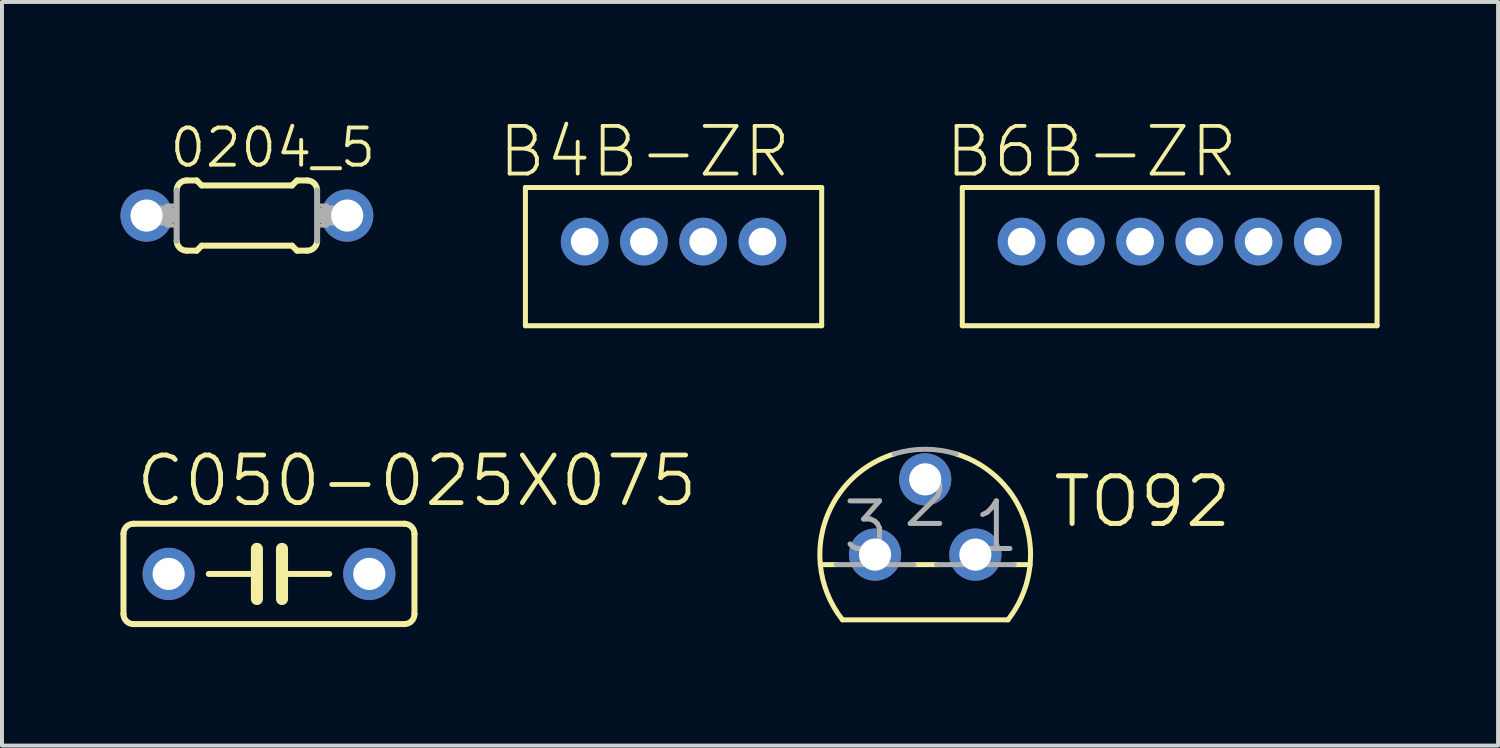
<source format=kicad_pcb>
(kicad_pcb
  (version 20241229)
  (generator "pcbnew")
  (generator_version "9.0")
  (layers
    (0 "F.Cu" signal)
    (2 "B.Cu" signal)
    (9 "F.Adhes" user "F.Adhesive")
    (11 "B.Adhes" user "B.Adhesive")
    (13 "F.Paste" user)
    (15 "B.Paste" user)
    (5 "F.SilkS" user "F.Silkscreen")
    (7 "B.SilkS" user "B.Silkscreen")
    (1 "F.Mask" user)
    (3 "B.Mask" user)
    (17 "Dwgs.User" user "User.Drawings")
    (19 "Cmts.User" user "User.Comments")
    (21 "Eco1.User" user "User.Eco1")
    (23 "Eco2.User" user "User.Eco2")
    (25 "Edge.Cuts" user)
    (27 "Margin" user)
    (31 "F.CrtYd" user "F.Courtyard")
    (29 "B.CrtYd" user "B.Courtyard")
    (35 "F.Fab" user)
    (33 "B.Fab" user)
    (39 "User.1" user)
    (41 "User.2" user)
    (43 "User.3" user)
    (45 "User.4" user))
  (footprint "B6B-ZR"
    (layer "F.Cu")
    (at 21.311 1.766)
    (property "Reference" "B6B-ZR" (at -0.496 -0.27 180) (layer "F.SilkS") (effects (font (size 1.206 1.206) (thickness 0.097)) (justify left bottom)))
    (attr through_hole)
    (fp_line (start 0 -0.07) (end 10.5 -0.07) (stroke (width 0.127) (type solid)) (layer "F.SilkS"))
    (fp_line (start 0 3.43) (end 0 -0.07) (stroke (width 0.127) (type solid)) (layer "F.SilkS"))
    (fp_line (start 10.5 -0.07) (end 10.5 3.43) (stroke (width 0.127) (type solid)) (layer "F.SilkS"))
    (fp_line (start 10.5 3.43) (end 0 3.43) (stroke (width 0.127) (type solid)) (layer "F.SilkS"))
    (pad "1" thru_hole circle (at 9 1.3) (size 1.208 1.208) (drill 0.7) (layers "*.Cu" "*.Mask"))
    (pad "2" thru_hole circle (at 7.5 1.3) (size 1.208 1.208) (drill 0.7) (layers "*.Cu" "*.Mask"))
    (pad "3" thru_hole circle (at 6 1.3) (size 1.208 1.208) (drill 0.7) (layers "*.Cu" "*.Mask"))
    (pad "4" thru_hole circle (at 4.5 1.3) (size 1.208 1.208) (drill 0.7) (layers "*.Cu" "*.Mask"))
    (pad "5" thru_hole circle (at 3 1.3) (size 1.208 1.208) (drill 0.7) (layers "*.Cu" "*.Mask"))
    (pad "6" thru_hole circle (at 1.5 1.3) (size 1.208 1.208) (drill 0.7) (layers "*.Cu" "*.Mask")))
  (footprint "B4B-ZR"
    (layer "F.Cu")
    (at 10.251 1.766)
    (property "Reference" "B4B-ZR" (at -0.75 -0.27 180) (layer "F.SilkS") (effects (font (size 1.206 1.206) (thickness 0.097)) (justify left bottom)))
    (attr through_hole)
    (fp_line (start 0 -0.07) (end 7.5 -0.07) (stroke (width 0.127) (type solid)) (layer "F.SilkS"))
    (fp_line (start 0 3.43) (end 0 -0.07) (stroke (width 0.127) (type solid)) (layer "F.SilkS"))
    (fp_line (start 7.5 -0.07) (end 7.5 3.43) (stroke (width 0.127) (type solid)) (layer "F.SilkS"))
    (fp_line (start 7.5 3.43) (end 0 3.43) (stroke (width 0.127) (type solid)) (layer "F.SilkS"))
    (pad "1" thru_hole circle (at 6 1.3) (size 1.208 1.208) (drill 0.7) (layers "*.Cu" "*.Mask"))
    (pad "2" thru_hole circle (at 4.5 1.3) (size 1.208 1.208) (drill 0.7) (layers "*.Cu" "*.Mask"))
    (pad "3" thru_hole circle (at 3 1.3) (size 1.208 1.208) (drill 0.7) (layers "*.Cu" "*.Mask"))
    (pad "4" thru_hole circle (at 1.5 1.3) (size 1.208 1.208) (drill 0.7) (layers "*.Cu" "*.Mask")))
  (footprint "TO92"
    (layer "F.Cu")
    (at 20.372 10.99)
    (property "Reference" "TO92" (at 3.175 -0.635 0) (layer "F.SilkS") (effects (font (size 1.206 1.206) (thickness 0.127)) (justify left bottom)))
    (attr through_hole)
    (fp_line (start -2.655 0.254) (end -2.254 0.254) (stroke (width 0.127) (type solid)) (layer "F.SilkS"))
    (fp_line (start -2.095 1.651) (end 2.095 1.651) (stroke (width 0.127) (type solid)) (layer "F.SilkS"))
    (fp_line (start -0.286 0.254) (end 0.286 0.254) (stroke (width 0.127) (type solid)) (layer "F.SilkS"))
    (fp_line (start 2.254 0.254) (end 2.655 0.254) (stroke (width 0.127) (type solid)) (layer "F.SilkS"))
    (fp_arc (start -2.6549 0.254) (mid -2.219001 -1.479566) (end -0.786299 -2.548501) (stroke (width 0.127) (type solid)) (layer "F.SilkS"))
    (fp_arc (start -2.0946 1.651) (mid -2.475347 0.992847) (end -2.654901 0.254) (stroke (width 0.127) (type solid)) (layer "F.SilkS"))
    (fp_arc (start 0.7863 -2.5484) (mid 2.546275 -0.793203) (end 2.094499 1.651) (stroke (width 0.127) (type solid)) (layer "F.SilkS"))
    (fp_line (start -2.254 0.254) (end -0.286 0.254) (stroke (width 0.127) (type solid)) (layer "F.Fab"))
    (fp_line (start 0.286 0.254) (end 2.254 0.254) (stroke (width 0.127) (type solid)) (layer "F.Fab"))
    (fp_arc (start -0.7863 -2.5485) (mid 0 -2.667043) (end 0.7863 -2.5485) (stroke (width 0.127) (type solid)) (layer "F.Fab"))
    (fp_text user "1" (at 1.143 0 0) (layer "F.Fab") (effects (font (size 1.206 1.206) (thickness 0.127)) (justify left bottom)))
    (fp_text user "3" (at -2.159 0 0) (layer "F.Fab") (effects (font (size 1.206 1.206) (thickness 0.127)) (justify left bottom)))
    (fp_text user "2" (at -0.635 -0.635 0) (layer "F.Fab") (effects (font (size 1.206 1.206) (thickness 0.127)) (justify left bottom)))
    (pad "1" thru_hole circle (at 1.27 0) (size 1.321 1.321) (drill 0.813) (layers "*.Cu" "*.Mask"))
    (pad "2" thru_hole circle (at 0 -1.905) (size 1.321 1.321) (drill 0.813) (layers "*.Cu" "*.Mask"))
    (pad "3" thru_hole circle (at -1.27 0) (size 1.321 1.321) (drill 0.813) (layers "*.Cu" "*.Mask")))
  (footprint "C050-025X075"
    (layer "F.Cu")
    (at 3.759 11.479)
    (property "Reference" "C050-025X075" (at -3.429 -1.651 0) (layer "F.SilkS") (effects (font (size 1.206 1.206) (thickness 0.121)) (justify left bottom)))
    (attr through_hole)
    (fp_line (start -3.683 -1.016) (end -3.683 1.016) (stroke (width 0.152) (type solid)) (layer "F.SilkS"))
    (fp_line (start -3.429 1.27) (end 3.429 1.27) (stroke (width 0.152) (type solid)) (layer "F.SilkS"))
    (fp_line (start -0.305 -0.635) (end -0.305 0) (stroke (width 0.305) (type solid)) (layer "F.SilkS"))
    (fp_line (start -0.305 0) (end -1.524 0) (stroke (width 0.152) (type solid)) (layer "F.SilkS"))
    (fp_line (start -0.305 0) (end -0.305 0.635) (stroke (width 0.305) (type solid)) (layer "F.SilkS"))
    (fp_line (start 0.33 -0.635) (end 0.33 0) (stroke (width 0.305) (type solid)) (layer "F.SilkS"))
    (fp_line (start 0.33 0) (end 0.33 0.635) (stroke (width 0.305) (type solid)) (layer "F.SilkS"))
    (fp_line (start 0.33 0) (end 1.524 0) (stroke (width 0.152) (type solid)) (layer "F.SilkS"))
    (fp_line (start 3.429 -1.27) (end -3.429 -1.27) (stroke (width 0.152) (type solid)) (layer "F.SilkS"))
    (fp_line (start 3.683 1.016) (end 3.683 -1.016) (stroke (width 0.152) (type solid)) (layer "F.SilkS"))
    (fp_arc (start -3.683 -1.016) (mid -3.608605 -1.195605) (end -3.429 -1.27) (stroke (width 0.1524) (type solid)) (layer "F.SilkS"))
    (fp_arc (start -3.429 1.27) (mid -3.608605 1.195605) (end -3.683 1.016) (stroke (width 0.1524) (type solid)) (layer "F.SilkS"))
    (fp_arc (start 3.429 -1.27) (mid 3.608605 -1.195605) (end 3.683 -1.016) (stroke (width 0.1524) (type solid)) (layer "F.SilkS"))
    (fp_arc (start 3.683 1.016) (mid 3.608605 1.195605) (end 3.429 1.27) (stroke (width 0.1524) (type solid)) (layer "F.SilkS"))
    (pad "1" thru_hole circle (at -2.54 0) (size 1.321 1.321) (drill 0.813) (layers "*.Cu" "*.Mask"))
    (pad "2" thru_hole circle (at 2.54 0) (size 1.321 1.321) (drill 0.813) (layers "*.Cu" "*.Mask")))
  (footprint "0204_5"
    (layer "F.Cu")
    (at 3.2 2.407)
    (property "Reference" "0204_5" (at -2.007 -1.168 0) (layer "F.SilkS") (effects (font (size 0.941 0.941) (thickness 0.099)) (justify left bottom)))
    (attr through_hole)
    (fp_line (start -1.524 -0.889) (end -1.27 -0.889) (stroke (width 0.152) (type solid)) (layer "F.SilkS"))
    (fp_line (start -1.524 0.889) (end -1.27 0.889) (stroke (width 0.152) (type solid)) (layer "F.SilkS"))
    (fp_line (start -1.143 -0.762) (end -1.27 -0.889) (stroke (width 0.152) (type solid)) (layer "F.SilkS"))
    (fp_line (start -1.143 0.762) (end -1.27 0.889) (stroke (width 0.152) (type solid)) (layer "F.SilkS"))
    (fp_line (start 1.143 -0.762) (end -1.143 -0.762) (stroke (width 0.152) (type solid)) (layer "F.SilkS"))
    (fp_line (start 1.143 -0.762) (end 1.27 -0.889) (stroke (width 0.152) (type solid)) (layer "F.SilkS"))
    (fp_line (start 1.143 0.762) (end -1.143 0.762) (stroke (width 0.152) (type solid)) (layer "F.SilkS"))
    (fp_line (start 1.143 0.762) (end 1.27 0.889) (stroke (width 0.152) (type solid)) (layer "F.SilkS"))
    (fp_line (start 1.524 -0.889) (end 1.27 -0.889) (stroke (width 0.152) (type solid)) (layer "F.SilkS"))
    (fp_line (start 1.524 0.889) (end 1.27 0.889) (stroke (width 0.152) (type solid)) (layer "F.SilkS"))
    (fp_arc (start -1.778 -0.635) (mid -1.703605 -0.814605) (end -1.524 -0.889) (stroke (width 0.1524) (type solid)) (layer "F.SilkS"))
    (fp_arc (start -1.524 0.889) (mid -1.703605 0.814605) (end -1.778 0.635) (stroke (width 0.1524) (type solid)) (layer "F.SilkS"))
    (fp_arc (start 1.524 -0.889) (mid 1.703605 -0.814605) (end 1.778 -0.635) (stroke (width 0.1524) (type solid)) (layer "F.SilkS"))
    (fp_arc (start 1.778 0.635) (mid 1.703605 0.814605) (end 1.524 0.889) (stroke (width 0.1524) (type solid)) (layer "F.SilkS"))
    (fp_line (start -2.54 0) (end -2.032 0) (stroke (width 0.508) (type solid)) (layer "F.Fab"))
    (fp_line (start -1.778 0.635) (end -1.778 -0.635) (stroke (width 0.152) (type solid)) (layer "F.Fab"))
    (fp_line (start 1.778 0.635) (end 1.778 -0.635) (stroke (width 0.152) (type solid)) (layer "F.Fab"))
    (fp_line (start 2.54 0) (end 2.032 0) (stroke (width 0.508) (type solid)) (layer "F.Fab"))
    (fp_poly (pts (xy -2.032 0.254) (xy -1.778 0.254) (xy -1.778 -0.254) (xy -2.032 -0.254)) (stroke (width 0.1) (type solid)) (fill no) (layer "F.Fab"))
    (fp_poly (pts (xy 1.778 0.254) (xy 2.032 0.254) (xy 2.032 -0.254) (xy 1.778 -0.254)) (stroke (width 0.1) (type solid)) (fill no) (layer "F.Fab"))
    (pad "1" thru_hole circle (at -2.54 0) (size 1.321 1.321) (drill 0.813) (layers "*.Cu" "*.Mask"))
    (pad "2" thru_hole circle (at 2.54 0) (size 1.321 1.321) (drill 0.813) (layers "*.Cu" "*.Mask")))
  (gr_rect
    (start -3 -3)
    (end 34.874 15.825)
    (stroke (width 0.1) (type default))
    (fill no)
    (layer "Edge.Cuts")))
</source>
